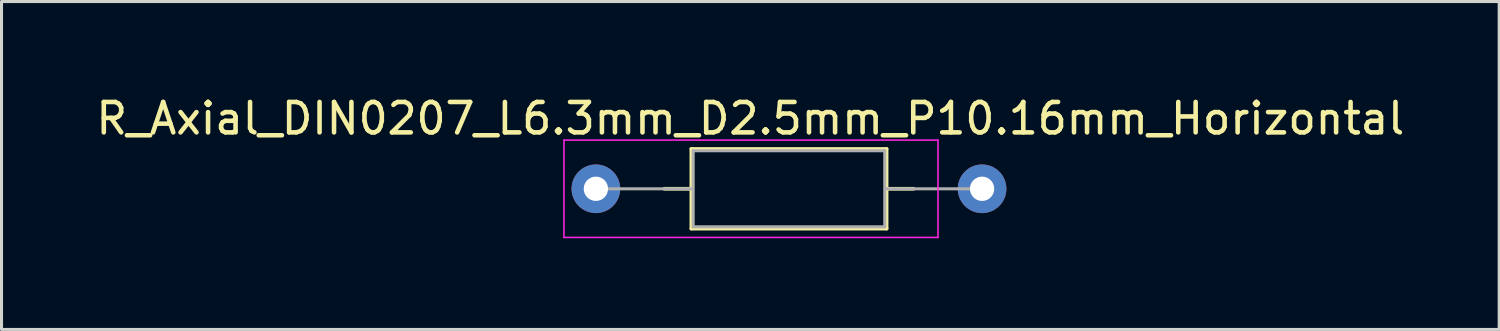
<source format=kicad_pcb>
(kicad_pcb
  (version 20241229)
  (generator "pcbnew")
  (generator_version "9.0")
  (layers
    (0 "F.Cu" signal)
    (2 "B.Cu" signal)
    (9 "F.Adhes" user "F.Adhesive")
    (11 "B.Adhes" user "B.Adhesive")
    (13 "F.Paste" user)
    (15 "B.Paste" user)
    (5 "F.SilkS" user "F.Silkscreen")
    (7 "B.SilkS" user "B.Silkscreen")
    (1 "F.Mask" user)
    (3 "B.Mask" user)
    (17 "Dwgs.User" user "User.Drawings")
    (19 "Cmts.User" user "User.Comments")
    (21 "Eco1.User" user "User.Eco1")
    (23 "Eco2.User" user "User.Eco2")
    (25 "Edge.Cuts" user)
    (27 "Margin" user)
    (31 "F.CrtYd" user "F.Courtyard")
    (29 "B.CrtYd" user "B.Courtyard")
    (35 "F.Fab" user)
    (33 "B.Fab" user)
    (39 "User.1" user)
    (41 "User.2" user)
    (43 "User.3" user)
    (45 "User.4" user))
  (footprint "R_Axial_DIN0207_L6.3mm_D2.5mm_P10.16mm_Horizontal"
    (layer "F.Cu")
    (at 16.545 3.158)
    (property "Reference" "R_Axial_DIN0207_L6.3mm_D2.5mm_P10.16mm_Horizontal" (at 5.08 -2.31 0) (layer "F.SilkS") (effects (font (size 1 1) (thickness 0.15))))
    (attr through_hole)
    (fp_line (start 2.25 0) (end 3.14 0) (stroke (width 0.12) (type solid)) (layer "F.SilkS"))
    (fp_line (start 3.14 -1.31) (end 3.14 1.31) (stroke (width 0.12) (type solid)) (layer "F.SilkS"))
    (fp_line (start 3.14 1.31) (end 9.56 1.31) (stroke (width 0.12) (type solid)) (layer "F.SilkS"))
    (fp_line (start 9.56 -1.31) (end 3.14 -1.31) (stroke (width 0.12) (type solid)) (layer "F.SilkS"))
    (fp_line (start 9.56 1.31) (end 9.56 -1.31) (stroke (width 0.12) (type solid)) (layer "F.SilkS"))
    (fp_line (start 10.45 0) (end 9.56 0) (stroke (width 0.12) (type solid)) (layer "F.SilkS"))
    (fp_line (start -1.05 -1.6) (end -1.05 1.6) (stroke (width 0.05) (type solid)) (layer "F.CrtYd"))
    (fp_line (start -1.05 1.6) (end 11.25 1.6) (stroke (width 0.05) (type solid)) (layer "F.CrtYd"))
    (fp_line (start 11.25 -1.6) (end -1.05 -1.6) (stroke (width 0.05) (type solid)) (layer "F.CrtYd"))
    (fp_line (start 11.25 1.6) (end 11.25 -1.6) (stroke (width 0.05) (type solid)) (layer "F.CrtYd"))
    (fp_line (start 0 0) (end 3.175 0) (stroke (width 0.1) (type solid)) (layer "F.Fab"))
    (fp_line (start 3.2 -1.25) (end 3.2 1.25) (stroke (width 0.1) (type solid)) (layer "F.Fab"))
    (fp_line (start 3.2 1.25) (end 9.5 1.25) (stroke (width 0.1) (type solid)) (layer "F.Fab"))
    (fp_line (start 9.5 -1.25) (end 3.2 -1.25) (stroke (width 0.1) (type solid)) (layer "F.Fab"))
    (fp_line (start 9.5 1.25) (end 9.5 -1.25) (stroke (width 0.1) (type solid)) (layer "F.Fab"))
    (fp_line (start 12.7 0) (end 9.52 0) (stroke (width 0.1) (type solid)) (layer "F.Fab"))
    (pad "1" thru_hole circle (at 0 0) (size 1.6 1.6) (drill 0.8) (layers "*.Cu" "*.Mask"))
    (pad "2" thru_hole oval (at 12.7 0) (size 1.6 1.6) (drill 0.8) (layers "*.Cu" "*.Mask")))
  (gr_rect
    (start -3 -3)
    (end 46.25 7.783)
    (stroke (width 0.1) (type default))
    (fill no)
    (layer "Edge.Cuts")))
</source>
